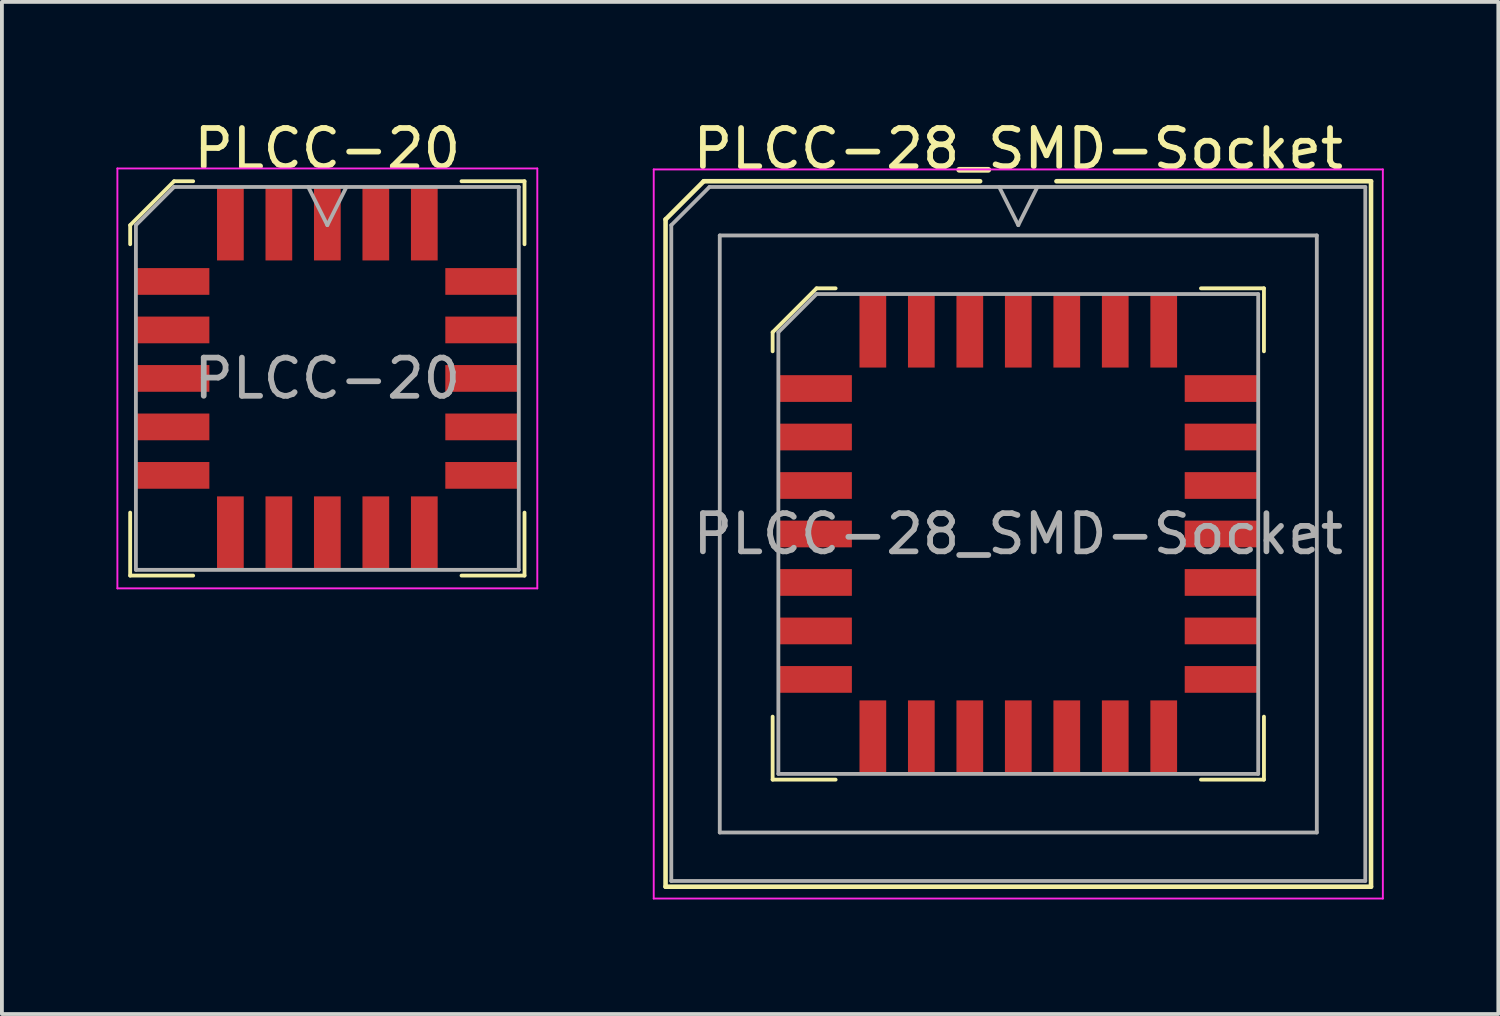
<source format=kicad_pcb>
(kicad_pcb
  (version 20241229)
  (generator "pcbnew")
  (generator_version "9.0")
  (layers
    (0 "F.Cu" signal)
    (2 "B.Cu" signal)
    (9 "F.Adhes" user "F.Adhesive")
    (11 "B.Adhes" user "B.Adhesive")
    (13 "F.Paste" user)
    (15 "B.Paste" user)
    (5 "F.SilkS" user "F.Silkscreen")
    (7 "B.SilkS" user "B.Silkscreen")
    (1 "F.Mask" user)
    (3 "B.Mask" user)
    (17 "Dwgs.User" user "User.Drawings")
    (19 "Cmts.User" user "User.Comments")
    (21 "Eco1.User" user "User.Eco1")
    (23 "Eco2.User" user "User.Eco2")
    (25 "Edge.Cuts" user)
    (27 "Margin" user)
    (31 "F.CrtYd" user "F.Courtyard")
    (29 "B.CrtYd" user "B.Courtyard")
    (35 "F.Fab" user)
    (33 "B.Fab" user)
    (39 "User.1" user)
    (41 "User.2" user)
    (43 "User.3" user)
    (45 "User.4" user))
  (footprint "PLCC-28_SMD-Socket"
    (layer "F.Cu")
    (at 23.625 10.938)
    (property "Reference" "PLCC-28_SMD-Socket" (at 0 -10.09 0) (layer "F.SilkS") (effects (font (size 1 1) (thickness 0.15))))
    (attr smd)
    (fp_line (start -9.24 -8.24) (end -9.24 9.24) (stroke (width 0.12) (type solid)) (layer "F.SilkS"))
    (fp_line (start -9.24 9.24) (end 9.24 9.24) (stroke (width 0.12) (type solid)) (layer "F.SilkS"))
    (fp_line (start -8.24 -9.24) (end -9.24 -8.24) (stroke (width 0.12) (type solid)) (layer "F.SilkS"))
    (fp_line (start -6.435 -5.285) (end -6.435 -4.785) (stroke (width 0.1) (type solid)) (layer "F.SilkS"))
    (fp_line (start -6.435 6.435) (end -6.435 4.785) (stroke (width 0.1) (type solid)) (layer "F.SilkS"))
    (fp_line (start -5.285 -6.435) (end -6.435 -5.285) (stroke (width 0.1) (type solid)) (layer "F.SilkS"))
    (fp_line (start -4.785 -6.435) (end -5.285 -6.435) (stroke (width 0.1) (type solid)) (layer "F.SilkS"))
    (fp_line (start -4.785 6.435) (end -6.435 6.435) (stroke (width 0.1) (type solid)) (layer "F.SilkS"))
    (fp_line (start -1 -9.24) (end -8.24 -9.24) (stroke (width 0.12) (type solid)) (layer "F.SilkS"))
    (fp_line (start 4.785 -6.435) (end 6.435 -6.435) (stroke (width 0.1) (type solid)) (layer "F.SilkS"))
    (fp_line (start 4.785 6.435) (end 6.435 6.435) (stroke (width 0.1) (type solid)) (layer "F.SilkS"))
    (fp_line (start 6.435 -6.435) (end 6.435 -4.785) (stroke (width 0.1) (type solid)) (layer "F.SilkS"))
    (fp_line (start 6.435 6.435) (end 6.435 4.785) (stroke (width 0.1) (type solid)) (layer "F.SilkS"))
    (fp_line (start 9.24 -9.24) (end 1 -9.24) (stroke (width 0.12) (type solid)) (layer "F.SilkS"))
    (fp_line (start 9.24 9.24) (end 9.24 -9.24) (stroke (width 0.12) (type solid)) (layer "F.SilkS"))
    (fp_line (start -9.55 -9.55) (end -9.55 9.55) (stroke (width 0.05) (type solid)) (layer "F.CrtYd"))
    (fp_line (start -9.55 9.55) (end 9.55 9.55) (stroke (width 0.05) (type solid)) (layer "F.CrtYd"))
    (fp_line (start 9.55 -9.55) (end -9.55 -9.55) (stroke (width 0.05) (type solid)) (layer "F.CrtYd"))
    (fp_line (start 9.55 9.55) (end 9.55 -9.55) (stroke (width 0.05) (type solid)) (layer "F.CrtYd"))
    (fp_line (start -9.09 -8.09) (end -9.09 9.09) (stroke (width 0.1) (type solid)) (layer "F.Fab"))
    (fp_line (start -9.09 9.09) (end 9.09 9.09) (stroke (width 0.1) (type solid)) (layer "F.Fab"))
    (fp_line (start -8.09 -9.09) (end -9.09 -8.09) (stroke (width 0.1) (type solid)) (layer "F.Fab"))
    (fp_line (start -7.82 -7.82) (end -7.82 7.82) (stroke (width 0.1) (type solid)) (layer "F.Fab"))
    (fp_line (start -7.82 7.82) (end 7.82 7.82) (stroke (width 0.1) (type solid)) (layer "F.Fab"))
    (fp_line (start -6.285 -5.285) (end -6.285 6.285) (stroke (width 0.1) (type solid)) (layer "F.Fab"))
    (fp_line (start -6.285 6.285) (end 6.285 6.285) (stroke (width 0.1) (type solid)) (layer "F.Fab"))
    (fp_line (start -5.285 -6.285) (end -6.285 -5.285) (stroke (width 0.1) (type solid)) (layer "F.Fab"))
    (fp_line (start -0.5 -9.09) (end 0 -8.09) (stroke (width 0.1) (type solid)) (layer "F.Fab"))
    (fp_line (start 0 -8.09) (end 0.5 -9.09) (stroke (width 0.1) (type solid)) (layer "F.Fab"))
    (fp_line (start 6.285 -6.285) (end -5.285 -6.285) (stroke (width 0.1) (type solid)) (layer "F.Fab"))
    (fp_line (start 6.285 6.285) (end 6.285 -6.285) (stroke (width 0.1) (type solid)) (layer "F.Fab"))
    (fp_line (start 7.82 -7.82) (end -7.82 -7.82) (stroke (width 0.1) (type solid)) (layer "F.Fab"))
    (fp_line (start 7.82 7.82) (end 7.82 -7.82) (stroke (width 0.1) (type solid)) (layer "F.Fab"))
    (fp_line (start 9.09 -9.09) (end -8.09 -9.09) (stroke (width 0.1) (type solid)) (layer "F.Fab"))
    (fp_line (start 9.09 9.09) (end 9.09 -9.09) (stroke (width 0.1) (type solid)) (layer "F.Fab"))
    (fp_text user "${REFERENCE}" (at 0 0 0) (layer "F.Fab") (effects (font (size 1 1) (thickness 0.15))))
    (pad "1" smd rect (at 0 -5.322) (size 0.7 1.925) (layers "F.Cu" "F.Mask" "F.Paste"))
    (pad "2" smd rect (at -1.27 -5.322) (size 0.7 1.925) (layers "F.Cu" "F.Mask" "F.Paste"))
    (pad "3" smd rect (at -2.54 -5.322) (size 0.7 1.925) (layers "F.Cu" "F.Mask" "F.Paste"))
    (pad "4" smd rect (at -3.81 -5.322) (size 0.7 1.925) (layers "F.Cu" "F.Mask" "F.Paste"))
    (pad "5" smd rect (at -5.322 -3.81) (size 1.925 0.7) (layers "F.Cu" "F.Mask" "F.Paste"))
    (pad "6" smd rect (at -5.322 -2.54) (size 1.925 0.7) (layers "F.Cu" "F.Mask" "F.Paste"))
    (pad "7" smd rect (at -5.322 -1.27) (size 1.925 0.7) (layers "F.Cu" "F.Mask" "F.Paste"))
    (pad "8" smd rect (at -5.322 0) (size 1.925 0.7) (layers "F.Cu" "F.Mask" "F.Paste"))
    (pad "9" smd rect (at -5.322 1.27) (size 1.925 0.7) (layers "F.Cu" "F.Mask" "F.Paste"))
    (pad "10" smd rect (at -5.322 2.54) (size 1.925 0.7) (layers "F.Cu" "F.Mask" "F.Paste"))
    (pad "11" smd rect (at -5.322 3.81) (size 1.925 0.7) (layers "F.Cu" "F.Mask" "F.Paste"))
    (pad "12" smd rect (at -3.81 5.322) (size 0.7 1.925) (layers "F.Cu" "F.Mask" "F.Paste"))
    (pad "13" smd rect (at -2.54 5.322) (size 0.7 1.925) (layers "F.Cu" "F.Mask" "F.Paste"))
    (pad "14" smd rect (at -1.27 5.322) (size 0.7 1.925) (layers "F.Cu" "F.Mask" "F.Paste"))
    (pad "15" smd rect (at 0 5.322) (size 0.7 1.925) (layers "F.Cu" "F.Mask" "F.Paste"))
    (pad "16" smd rect (at 1.27 5.322) (size 0.7 1.925) (layers "F.Cu" "F.Mask" "F.Paste"))
    (pad "17" smd rect (at 2.54 5.322) (size 0.7 1.925) (layers "F.Cu" "F.Mask" "F.Paste"))
    (pad "18" smd rect (at 3.81 5.322) (size 0.7 1.925) (layers "F.Cu" "F.Mask" "F.Paste"))
    (pad "19" smd rect (at 5.322 3.81) (size 1.925 0.7) (layers "F.Cu" "F.Mask" "F.Paste"))
    (pad "20" smd rect (at 5.322 2.54) (size 1.925 0.7) (layers "F.Cu" "F.Mask" "F.Paste"))
    (pad "21" smd rect (at 5.322 1.27) (size 1.925 0.7) (layers "F.Cu" "F.Mask" "F.Paste"))
    (pad "22" smd rect (at 5.322 0) (size 1.925 0.7) (layers "F.Cu" "F.Mask" "F.Paste"))
    (pad "23" smd rect (at 5.322 -1.27) (size 1.925 0.7) (layers "F.Cu" "F.Mask" "F.Paste"))
    (pad "24" smd rect (at 5.322 -2.54) (size 1.925 0.7) (layers "F.Cu" "F.Mask" "F.Paste"))
    (pad "25" smd rect (at 5.322 -3.81) (size 1.925 0.7) (layers "F.Cu" "F.Mask" "F.Paste"))
    (pad "26" smd rect (at 3.81 -5.322) (size 0.7 1.925) (layers "F.Cu" "F.Mask" "F.Paste"))
    (pad "27" smd rect (at 2.54 -5.322) (size 0.7 1.925) (layers "F.Cu" "F.Mask" "F.Paste"))
    (pad "28" smd rect (at 1.27 -5.322) (size 0.7 1.925) (layers "F.Cu" "F.Mask" "F.Paste")))
  (footprint "PLCC-20"
    (layer "F.Cu")
    (at 5.525 6.863)
    (property "Reference" "PLCC-20" (at 0 -6.015 0) (layer "F.SilkS") (effects (font (size 1 1) (thickness 0.15))))
    (attr smd)
    (fp_line (start -5.165 -4.015) (end -5.165 -3.515) (stroke (width 0.1) (type solid)) (layer "F.SilkS"))
    (fp_line (start -5.165 5.165) (end -5.165 3.515) (stroke (width 0.1) (type solid)) (layer "F.SilkS"))
    (fp_line (start -4.015 -5.165) (end -5.165 -4.015) (stroke (width 0.1) (type solid)) (layer "F.SilkS"))
    (fp_line (start -3.515 -5.165) (end -4.015 -5.165) (stroke (width 0.1) (type solid)) (layer "F.SilkS"))
    (fp_line (start -3.515 5.165) (end -5.165 5.165) (stroke (width 0.1) (type solid)) (layer "F.SilkS"))
    (fp_line (start 3.515 -5.165) (end 5.165 -5.165) (stroke (width 0.1) (type solid)) (layer "F.SilkS"))
    (fp_line (start 3.515 5.165) (end 5.165 5.165) (stroke (width 0.1) (type solid)) (layer "F.SilkS"))
    (fp_line (start 5.165 -5.165) (end 5.165 -3.515) (stroke (width 0.1) (type solid)) (layer "F.SilkS"))
    (fp_line (start 5.165 5.165) (end 5.165 3.515) (stroke (width 0.1) (type solid)) (layer "F.SilkS"))
    (fp_line (start -5.5 -5.5) (end -5.5 5.5) (stroke (width 0.05) (type solid)) (layer "F.CrtYd"))
    (fp_line (start -5.5 5.5) (end 5.5 5.5) (stroke (width 0.05) (type solid)) (layer "F.CrtYd"))
    (fp_line (start 5.5 -5.5) (end -5.5 -5.5) (stroke (width 0.05) (type solid)) (layer "F.CrtYd"))
    (fp_line (start 5.5 5.5) (end 5.5 -5.5) (stroke (width 0.05) (type solid)) (layer "F.CrtYd"))
    (fp_line (start -5.015 -4.015) (end -5.015 5.015) (stroke (width 0.1) (type solid)) (layer "F.Fab"))
    (fp_line (start -5.015 5.015) (end 5.015 5.015) (stroke (width 0.1) (type solid)) (layer "F.Fab"))
    (fp_line (start -4.015 -5.015) (end -5.015 -4.015) (stroke (width 0.1) (type solid)) (layer "F.Fab"))
    (fp_line (start -0.5 -5.015) (end 0 -4.015) (stroke (width 0.1) (type solid)) (layer "F.Fab"))
    (fp_line (start 0 -4.015) (end 0.5 -5.015) (stroke (width 0.1) (type solid)) (layer "F.Fab"))
    (fp_line (start 5.015 -5.015) (end -4.015 -5.015) (stroke (width 0.1) (type solid)) (layer "F.Fab"))
    (fp_line (start 5.015 5.015) (end 5.015 -5.015) (stroke (width 0.1) (type solid)) (layer "F.Fab"))
    (fp_text user "${REFERENCE}" (at 0 0 0) (layer "F.Fab") (effects (font (size 1 1) (thickness 0.15))))
    (pad "1" smd rect (at 0 -4.053) (size 0.7 1.925) (layers "F.Cu" "F.Mask" "F.Paste"))
    (pad "2" smd rect (at -1.27 -4.053) (size 0.7 1.925) (layers "F.Cu" "F.Mask" "F.Paste"))
    (pad "3" smd rect (at -2.54 -4.053) (size 0.7 1.925) (layers "F.Cu" "F.Mask" "F.Paste"))
    (pad "4" smd rect (at -4.053 -2.54) (size 1.925 0.7) (layers "F.Cu" "F.Mask" "F.Paste"))
    (pad "5" smd rect (at -4.053 -1.27) (size 1.925 0.7) (layers "F.Cu" "F.Mask" "F.Paste"))
    (pad "6" smd rect (at -4.053 0) (size 1.925 0.7) (layers "F.Cu" "F.Mask" "F.Paste"))
    (pad "7" smd rect (at -4.053 1.27) (size 1.925 0.7) (layers "F.Cu" "F.Mask" "F.Paste"))
    (pad "8" smd rect (at -4.053 2.54) (size 1.925 0.7) (layers "F.Cu" "F.Mask" "F.Paste"))
    (pad "9" smd rect (at -2.54 4.053) (size 0.7 1.925) (layers "F.Cu" "F.Mask" "F.Paste"))
    (pad "10" smd rect (at -1.27 4.053) (size 0.7 1.925) (layers "F.Cu" "F.Mask" "F.Paste"))
    (pad "11" smd rect (at 0 4.053) (size 0.7 1.925) (layers "F.Cu" "F.Mask" "F.Paste"))
    (pad "12" smd rect (at 1.27 4.053) (size 0.7 1.925) (layers "F.Cu" "F.Mask" "F.Paste"))
    (pad "13" smd rect (at 2.54 4.053) (size 0.7 1.925) (layers "F.Cu" "F.Mask" "F.Paste"))
    (pad "14" smd rect (at 4.053 2.54) (size 1.925 0.7) (layers "F.Cu" "F.Mask" "F.Paste"))
    (pad "15" smd rect (at 4.053 1.27) (size 1.925 0.7) (layers "F.Cu" "F.Mask" "F.Paste"))
    (pad "16" smd rect (at 4.053 0) (size 1.925 0.7) (layers "F.Cu" "F.Mask" "F.Paste"))
    (pad "17" smd rect (at 4.053 -1.27) (size 1.925 0.7) (layers "F.Cu" "F.Mask" "F.Paste"))
    (pad "18" smd rect (at 4.053 -2.54) (size 1.925 0.7) (layers "F.Cu" "F.Mask" "F.Paste"))
    (pad "19" smd rect (at 2.54 -4.053) (size 0.7 1.925) (layers "F.Cu" "F.Mask" "F.Paste"))
    (pad "20" smd rect (at 1.27 -4.053) (size 0.7 1.925) (layers "F.Cu" "F.Mask" "F.Paste")))
  (gr_rect
    (start -3 -3)
    (end 36.2 23.513)
    (stroke (width 0.1) (type default))
    (fill no)
    (layer "Edge.Cuts")))
</source>
